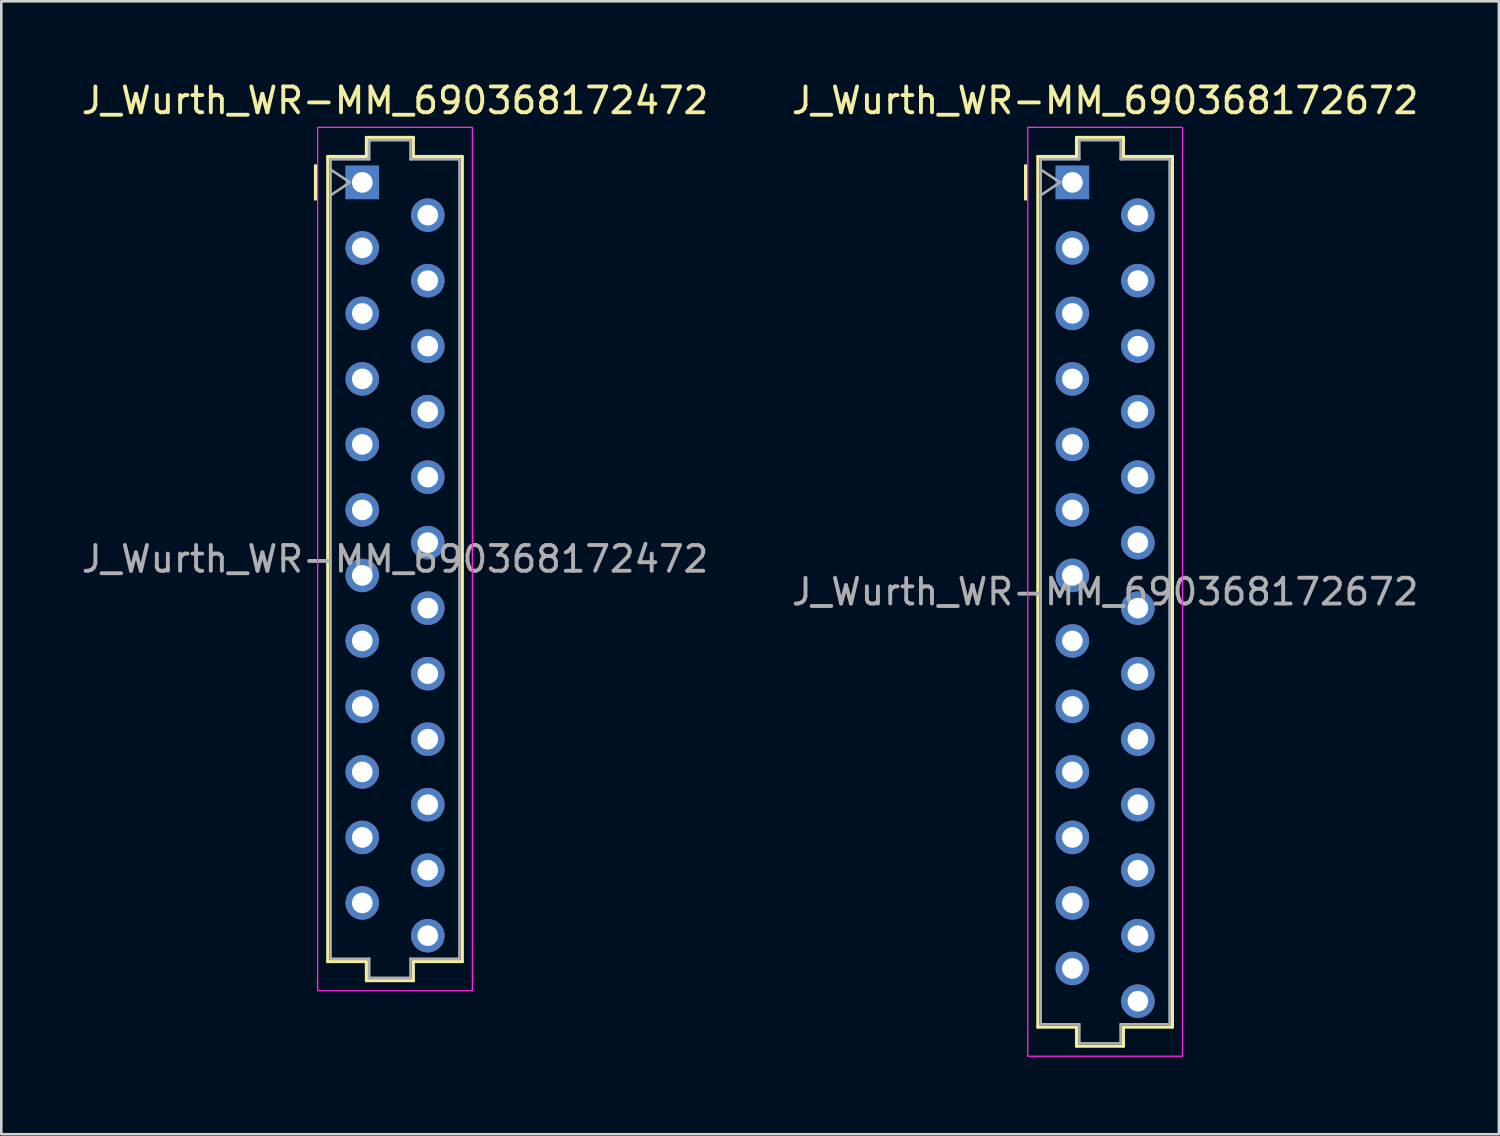
<source format=kicad_pcb>
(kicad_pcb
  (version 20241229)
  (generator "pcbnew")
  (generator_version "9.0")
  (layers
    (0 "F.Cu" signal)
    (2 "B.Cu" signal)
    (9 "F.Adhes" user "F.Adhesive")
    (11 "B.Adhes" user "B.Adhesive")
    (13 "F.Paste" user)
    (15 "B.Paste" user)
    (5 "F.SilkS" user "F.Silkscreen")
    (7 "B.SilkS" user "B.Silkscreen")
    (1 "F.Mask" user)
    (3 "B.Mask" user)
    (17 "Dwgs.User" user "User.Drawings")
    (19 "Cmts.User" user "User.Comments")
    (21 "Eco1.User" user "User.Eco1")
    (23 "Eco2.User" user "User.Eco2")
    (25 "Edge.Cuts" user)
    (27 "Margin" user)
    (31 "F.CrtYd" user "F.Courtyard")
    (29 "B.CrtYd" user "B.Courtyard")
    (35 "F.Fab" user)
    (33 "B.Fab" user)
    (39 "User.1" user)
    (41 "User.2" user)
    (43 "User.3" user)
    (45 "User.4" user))
  (footprint "J_Wurth_WR-MM_690368172472"
    (layer "F.Cu")
    (at 10.998 4.023)
    (property "Reference" "J_Wurth_WR-MM_690368172472" (at 1.27 -3.175 0) (unlocked yes) (layer "F.SilkS") (effects (font (size 1 1) (thickness 0.15))))
    (attr through_hole)
    (fp_line (start -1.815 0.65) (end -1.815 -0.65) (stroke (width 0.12) (type solid)) (layer "F.SilkS"))
    (fp_line (start -1.34 30.215) (end -1.34 -1.005) (stroke (width 0.12) (type solid)) (layer "F.SilkS"))
    (fp_line (start 0.16 -1.005) (end -1.34 -1.005) (stroke (width 0.12) (type solid)) (layer "F.SilkS"))
    (fp_line (start 0.16 -1.005) (end 0.16 -1.745) (stroke (width 0.12) (type solid)) (layer "F.SilkS"))
    (fp_line (start 0.16 30.215) (end -1.34 30.215) (stroke (width 0.12) (type solid)) (layer "F.SilkS"))
    (fp_line (start 0.16 30.215) (end 0.16 30.955) (stroke (width 0.12) (type solid)) (layer "F.SilkS"))
    (fp_line (start 1.98 -1.745) (end 0.16 -1.745) (stroke (width 0.12) (type solid)) (layer "F.SilkS"))
    (fp_line (start 1.98 -1.005) (end 1.98 -1.745) (stroke (width 0.12) (type solid)) (layer "F.SilkS"))
    (fp_line (start 1.98 30.215) (end 1.98 30.955) (stroke (width 0.12) (type solid)) (layer "F.SilkS"))
    (fp_line (start 1.98 30.955) (end 0.16 30.955) (stroke (width 0.12) (type solid)) (layer "F.SilkS"))
    (fp_line (start 3.88 -1.005) (end 1.98 -1.005) (stroke (width 0.12) (type solid)) (layer "F.SilkS"))
    (fp_line (start 3.88 30.215) (end 1.98 30.215) (stroke (width 0.12) (type solid)) (layer "F.SilkS"))
    (fp_line (start 3.88 30.215) (end 3.88 -1.005) (stroke (width 0.12) (type solid)) (layer "F.SilkS"))
    (fp_rect (start -1.73 -2.135) (end 4.27 31.345) (stroke (width 0.05) (type solid)) (fill no) (layer "F.CrtYd"))
    (fp_line (start -1.23 30.105) (end -1.23 -0.895) (stroke (width 0.1) (type solid)) (layer "F.Fab"))
    (fp_line (start -0.48 0) (end -1.23 -0.5) (stroke (width 0.1) (type solid)) (layer "F.Fab"))
    (fp_line (start -0.48 0) (end -1.23 0.5) (stroke (width 0.1) (type solid)) (layer "F.Fab"))
    (fp_line (start 0.27 -1.635) (end 1.87 -1.635) (stroke (width 0.1) (type solid)) (layer "F.Fab"))
    (fp_line (start 0.27 -0.895) (end -1.23 -0.895) (stroke (width 0.1) (type solid)) (layer "F.Fab"))
    (fp_line (start 0.27 -0.895) (end 0.27 -1.635) (stroke (width 0.1) (type solid)) (layer "F.Fab"))
    (fp_line (start 0.27 30.105) (end -1.23 30.105) (stroke (width 0.1) (type solid)) (layer "F.Fab"))
    (fp_line (start 0.27 30.105) (end 0.27 30.845) (stroke (width 0.1) (type solid)) (layer "F.Fab"))
    (fp_line (start 0.27 30.845) (end 1.87 30.845) (stroke (width 0.1) (type solid)) (layer "F.Fab"))
    (fp_line (start 1.87 -0.895) (end 1.87 -1.635) (stroke (width 0.1) (type solid)) (layer "F.Fab"))
    (fp_line (start 1.87 -0.895) (end 3.77 -0.895) (stroke (width 0.1) (type solid)) (layer "F.Fab"))
    (fp_line (start 1.87 30.105) (end 1.87 30.845) (stroke (width 0.1) (type solid)) (layer "F.Fab"))
    (fp_line (start 1.87 30.105) (end 3.77 30.105) (stroke (width 0.1) (type solid)) (layer "F.Fab"))
    (fp_line (start 3.77 30.105) (end 3.77 -0.895) (stroke (width 0.1) (type solid)) (layer "F.Fab"))
    (fp_text user "${REFERENCE}" (at 1.27 14.605 0) (unlocked yes) (layer "F.Fab") (effects (font (size 1 1) (thickness 0.15))))
    (pad "1" thru_hole rect (at 0 0 90) (size 1.3 1.3) (drill 0.8) (layers "*.Cu" "*.Mask"))
    (pad "2" thru_hole circle (at 2.54 1.27 90) (size 1.3 1.3) (drill 0.8) (layers "*.Cu" "*.Mask"))
    (pad "3" thru_hole circle (at 0 2.54 90) (size 1.3 1.3) (drill 0.8) (layers "*.Cu" "*.Mask"))
    (pad "4" thru_hole circle (at 2.54 3.81 90) (size 1.3 1.3) (drill 0.8) (layers "*.Cu" "*.Mask"))
    (pad "5" thru_hole circle (at 0 5.08 90) (size 1.3 1.3) (drill 0.8) (layers "*.Cu" "*.Mask"))
    (pad "6" thru_hole circle (at 2.54 6.35 90) (size 1.3 1.3) (drill 0.8) (layers "*.Cu" "*.Mask"))
    (pad "7" thru_hole circle (at 0 7.62 90) (size 1.3 1.3) (drill 0.8) (layers "*.Cu" "*.Mask"))
    (pad "8" thru_hole circle (at 2.54 8.89 90) (size 1.3 1.3) (drill 0.8) (layers "*.Cu" "*.Mask"))
    (pad "9" thru_hole circle (at 0 10.16 90) (size 1.3 1.3) (drill 0.8) (layers "*.Cu" "*.Mask"))
    (pad "10" thru_hole circle (at 2.54 11.43 90) (size 1.3 1.3) (drill 0.8) (layers "*.Cu" "*.Mask"))
    (pad "11" thru_hole circle (at 0 12.7 90) (size 1.3 1.3) (drill 0.8) (layers "*.Cu" "*.Mask"))
    (pad "12" thru_hole circle (at 2.54 13.97 90) (size 1.3 1.3) (drill 0.8) (layers "*.Cu" "*.Mask"))
    (pad "13" thru_hole circle (at 0 15.24 90) (size 1.3 1.3) (drill 0.8) (layers "*.Cu" "*.Mask"))
    (pad "14" thru_hole circle (at 2.54 16.51 90) (size 1.3 1.3) (drill 0.8) (layers "*.Cu" "*.Mask"))
    (pad "15" thru_hole circle (at 0 17.78 90) (size 1.3 1.3) (drill 0.8) (layers "*.Cu" "*.Mask"))
    (pad "16" thru_hole circle (at 2.54 19.05 90) (size 1.3 1.3) (drill 0.8) (layers "*.Cu" "*.Mask"))
    (pad "17" thru_hole circle (at 0 20.32 90) (size 1.3 1.3) (drill 0.8) (layers "*.Cu" "*.Mask"))
    (pad "18" thru_hole circle (at 2.54 21.59 90) (size 1.3 1.3) (drill 0.8) (layers "*.Cu" "*.Mask"))
    (pad "19" thru_hole circle (at 0 22.86 90) (size 1.3 1.3) (drill 0.8) (layers "*.Cu" "*.Mask"))
    (pad "20" thru_hole circle (at 2.54 24.13 90) (size 1.3 1.3) (drill 0.8) (layers "*.Cu" "*.Mask"))
    (pad "21" thru_hole circle (at 0 25.4 90) (size 1.3 1.3) (drill 0.8) (layers "*.Cu" "*.Mask"))
    (pad "22" thru_hole circle (at 2.54 26.67 90) (size 1.3 1.3) (drill 0.8) (layers "*.Cu" "*.Mask"))
    (pad "23" thru_hole circle (at 0 27.94 90) (size 1.3 1.3) (drill 0.8) (layers "*.Cu" "*.Mask"))
    (pad "24" thru_hole circle (at 2.54 29.21 90) (size 1.3 1.3) (drill 0.8) (layers "*.Cu" "*.Mask")))
  (footprint "J_Wurth_WR-MM_690368172672"
    (layer "F.Cu")
    (at 38.534 4.023)
    (property "Reference" "J_Wurth_WR-MM_690368172672" (at 1.27 -3.175 0) (unlocked yes) (layer "F.SilkS") (effects (font (size 1 1) (thickness 0.15))))
    (attr through_hole)
    (fp_line (start -1.815 0.65) (end -1.815 -0.65) (stroke (width 0.12) (type solid)) (layer "F.SilkS"))
    (fp_line (start -1.34 32.755) (end -1.34 -1.005) (stroke (width 0.12) (type solid)) (layer "F.SilkS"))
    (fp_line (start 0.16 -1.005) (end -1.34 -1.005) (stroke (width 0.12) (type solid)) (layer "F.SilkS"))
    (fp_line (start 0.16 -1.005) (end 0.16 -1.745) (stroke (width 0.12) (type solid)) (layer "F.SilkS"))
    (fp_line (start 0.16 32.755) (end -1.34 32.755) (stroke (width 0.12) (type solid)) (layer "F.SilkS"))
    (fp_line (start 0.16 32.755) (end 0.16 33.495) (stroke (width 0.12) (type solid)) (layer "F.SilkS"))
    (fp_line (start 1.98 -1.745) (end 0.16 -1.745) (stroke (width 0.12) (type solid)) (layer "F.SilkS"))
    (fp_line (start 1.98 -1.005) (end 1.98 -1.745) (stroke (width 0.12) (type solid)) (layer "F.SilkS"))
    (fp_line (start 1.98 32.755) (end 1.98 33.495) (stroke (width 0.12) (type solid)) (layer "F.SilkS"))
    (fp_line (start 1.98 33.495) (end 0.16 33.495) (stroke (width 0.12) (type solid)) (layer "F.SilkS"))
    (fp_line (start 3.88 -1.005) (end 1.98 -1.005) (stroke (width 0.12) (type solid)) (layer "F.SilkS"))
    (fp_line (start 3.88 32.755) (end 1.98 32.755) (stroke (width 0.12) (type solid)) (layer "F.SilkS"))
    (fp_line (start 3.88 32.755) (end 3.88 -1.005) (stroke (width 0.12) (type solid)) (layer "F.SilkS"))
    (fp_rect (start -1.73 -2.135) (end 4.27 33.885) (stroke (width 0.05) (type solid)) (fill no) (layer "F.CrtYd"))
    (fp_line (start -1.23 32.645) (end -1.23 -0.895) (stroke (width 0.1) (type solid)) (layer "F.Fab"))
    (fp_line (start -0.48 0) (end -1.23 -0.5) (stroke (width 0.1) (type solid)) (layer "F.Fab"))
    (fp_line (start -0.48 0) (end -1.23 0.5) (stroke (width 0.1) (type solid)) (layer "F.Fab"))
    (fp_line (start 0.27 -1.635) (end 1.87 -1.635) (stroke (width 0.1) (type solid)) (layer "F.Fab"))
    (fp_line (start 0.27 -0.895) (end -1.23 -0.895) (stroke (width 0.1) (type solid)) (layer "F.Fab"))
    (fp_line (start 0.27 -0.895) (end 0.27 -1.635) (stroke (width 0.1) (type solid)) (layer "F.Fab"))
    (fp_line (start 0.27 32.645) (end -1.23 32.645) (stroke (width 0.1) (type solid)) (layer "F.Fab"))
    (fp_line (start 0.27 32.645) (end 0.27 33.385) (stroke (width 0.1) (type solid)) (layer "F.Fab"))
    (fp_line (start 0.27 33.385) (end 1.87 33.385) (stroke (width 0.1) (type solid)) (layer "F.Fab"))
    (fp_line (start 1.87 -0.895) (end 1.87 -1.635) (stroke (width 0.1) (type solid)) (layer "F.Fab"))
    (fp_line (start 1.87 -0.895) (end 3.77 -0.895) (stroke (width 0.1) (type solid)) (layer "F.Fab"))
    (fp_line (start 1.87 32.645) (end 1.87 33.385) (stroke (width 0.1) (type solid)) (layer "F.Fab"))
    (fp_line (start 1.87 32.645) (end 3.77 32.645) (stroke (width 0.1) (type solid)) (layer "F.Fab"))
    (fp_line (start 3.77 32.645) (end 3.77 -0.895) (stroke (width 0.1) (type solid)) (layer "F.Fab"))
    (fp_text user "${REFERENCE}" (at 1.27 15.875 0) (unlocked yes) (layer "F.Fab") (effects (font (size 1 1) (thickness 0.15))))
    (pad "1" thru_hole rect (at 0 0 90) (size 1.3 1.3) (drill 0.8) (layers "*.Cu" "*.Mask"))
    (pad "2" thru_hole circle (at 2.54 1.27 90) (size 1.3 1.3) (drill 0.8) (layers "*.Cu" "*.Mask"))
    (pad "3" thru_hole circle (at 0 2.54 90) (size 1.3 1.3) (drill 0.8) (layers "*.Cu" "*.Mask"))
    (pad "4" thru_hole circle (at 2.54 3.81 90) (size 1.3 1.3) (drill 0.8) (layers "*.Cu" "*.Mask"))
    (pad "5" thru_hole circle (at 0 5.08 90) (size 1.3 1.3) (drill 0.8) (layers "*.Cu" "*.Mask"))
    (pad "6" thru_hole circle (at 2.54 6.35 90) (size 1.3 1.3) (drill 0.8) (layers "*.Cu" "*.Mask"))
    (pad "7" thru_hole circle (at 0 7.62 90) (size 1.3 1.3) (drill 0.8) (layers "*.Cu" "*.Mask"))
    (pad "8" thru_hole circle (at 2.54 8.89 90) (size 1.3 1.3) (drill 0.8) (layers "*.Cu" "*.Mask"))
    (pad "9" thru_hole circle (at 0 10.16 90) (size 1.3 1.3) (drill 0.8) (layers "*.Cu" "*.Mask"))
    (pad "10" thru_hole circle (at 2.54 11.43 90) (size 1.3 1.3) (drill 0.8) (layers "*.Cu" "*.Mask"))
    (pad "11" thru_hole circle (at 0 12.7 90) (size 1.3 1.3) (drill 0.8) (layers "*.Cu" "*.Mask"))
    (pad "12" thru_hole circle (at 2.54 13.97 90) (size 1.3 1.3) (drill 0.8) (layers "*.Cu" "*.Mask"))
    (pad "13" thru_hole circle (at 0 15.24 90) (size 1.3 1.3) (drill 0.8) (layers "*.Cu" "*.Mask"))
    (pad "14" thru_hole circle (at 2.54 16.51 90) (size 1.3 1.3) (drill 0.8) (layers "*.Cu" "*.Mask"))
    (pad "15" thru_hole circle (at 0 17.78 90) (size 1.3 1.3) (drill 0.8) (layers "*.Cu" "*.Mask"))
    (pad "16" thru_hole circle (at 2.54 19.05 90) (size 1.3 1.3) (drill 0.8) (layers "*.Cu" "*.Mask"))
    (pad "17" thru_hole circle (at 0 20.32 90) (size 1.3 1.3) (drill 0.8) (layers "*.Cu" "*.Mask"))
    (pad "18" thru_hole circle (at 2.54 21.59 90) (size 1.3 1.3) (drill 0.8) (layers "*.Cu" "*.Mask"))
    (pad "19" thru_hole circle (at 0 22.86 90) (size 1.3 1.3) (drill 0.8) (layers "*.Cu" "*.Mask"))
    (pad "20" thru_hole circle (at 2.54 24.13 90) (size 1.3 1.3) (drill 0.8) (layers "*.Cu" "*.Mask"))
    (pad "21" thru_hole circle (at 0 25.4 90) (size 1.3 1.3) (drill 0.8) (layers "*.Cu" "*.Mask"))
    (pad "22" thru_hole circle (at 2.54 26.67 90) (size 1.3 1.3) (drill 0.8) (layers "*.Cu" "*.Mask"))
    (pad "23" thru_hole circle (at 0 27.94 90) (size 1.3 1.3) (drill 0.8) (layers "*.Cu" "*.Mask"))
    (pad "24" thru_hole circle (at 2.54 29.21 90) (size 1.3 1.3) (drill 0.8) (layers "*.Cu" "*.Mask"))
    (pad "25" thru_hole circle (at 0 30.48 90) (size 1.3 1.3) (drill 0.8) (layers "*.Cu" "*.Mask"))
    (pad "26" thru_hole circle (at 2.54 31.75 90) (size 1.3 1.3) (drill 0.8) (layers "*.Cu" "*.Mask")))
  (gr_rect
    (start -3 -3)
    (end 55.071 40.933)
    (stroke (width 0.1) (type default))
    (fill no)
    (layer "Edge.Cuts")))
</source>
